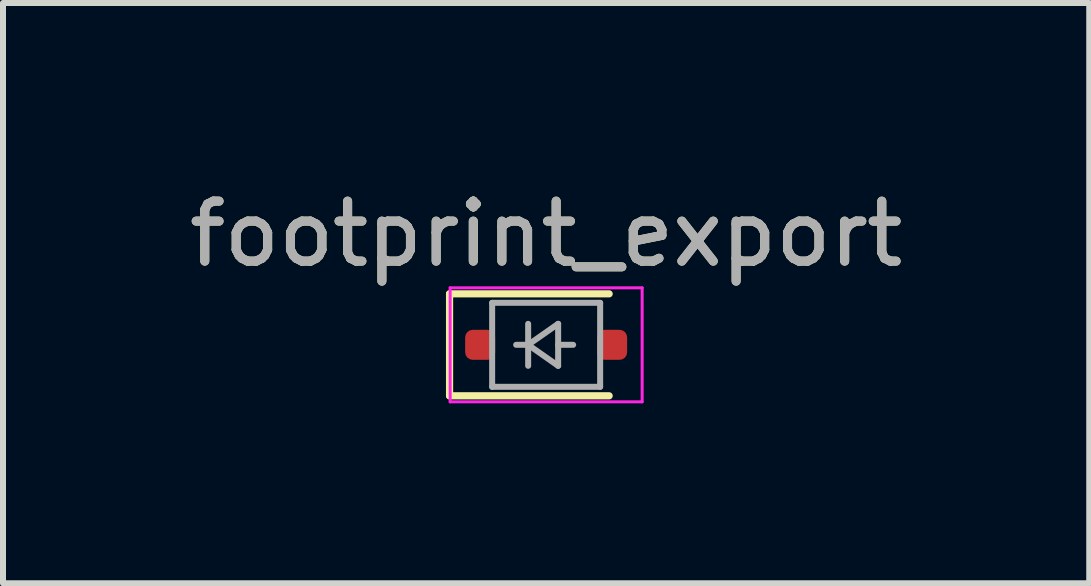
<source format=kicad_pcb>
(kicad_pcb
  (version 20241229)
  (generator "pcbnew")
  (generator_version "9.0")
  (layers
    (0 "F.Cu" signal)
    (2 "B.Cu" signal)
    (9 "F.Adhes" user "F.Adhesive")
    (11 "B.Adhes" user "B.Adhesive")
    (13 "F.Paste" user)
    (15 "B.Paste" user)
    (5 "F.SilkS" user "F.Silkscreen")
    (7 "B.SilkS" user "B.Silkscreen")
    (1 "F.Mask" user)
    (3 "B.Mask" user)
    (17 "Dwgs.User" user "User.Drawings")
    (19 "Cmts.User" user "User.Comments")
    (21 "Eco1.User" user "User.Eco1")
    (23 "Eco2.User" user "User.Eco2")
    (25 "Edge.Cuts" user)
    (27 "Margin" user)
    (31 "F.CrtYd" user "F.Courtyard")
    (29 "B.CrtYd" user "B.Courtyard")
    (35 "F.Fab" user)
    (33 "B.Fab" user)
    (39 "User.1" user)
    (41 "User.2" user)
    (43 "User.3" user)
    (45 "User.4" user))
  (footprint "footprint_export"
    (layer "F.Cu")
    (at 6.054 2.698)
    (property "Reference" "footprint_export" (at 0 -1.85 0) (layer "F.SilkS") (effects (font (size 1 1) (thickness 0.15))))
    (attr smd)
    (fp_line (start -1.61 -0.85) (end -1.61 0.85) (stroke (width 0.12) (type solid)) (layer "F.SilkS"))
    (fp_line (start -1.61 -0.85) (end 1.05 -0.85) (stroke (width 0.12) (type solid)) (layer "F.SilkS"))
    (fp_line (start -1.61 0.85) (end 1.05 0.85) (stroke (width 0.12) (type solid)) (layer "F.SilkS"))
    (fp_line (start -1.6 -0.95) (end -1.6 0.95) (stroke (width 0.05) (type solid)) (layer "F.CrtYd"))
    (fp_line (start -1.6 -0.95) (end 1.6 -0.95) (stroke (width 0.05) (type solid)) (layer "F.CrtYd"))
    (fp_line (start -1.6 0.95) (end 1.6 0.95) (stroke (width 0.05) (type solid)) (layer "F.CrtYd"))
    (fp_line (start 1.6 -0.95) (end 1.6 0.95) (stroke (width 0.05) (type solid)) (layer "F.CrtYd"))
    (fp_line (start -0.9 -0.7) (end 0.9 -0.7) (stroke (width 0.1) (type solid)) (layer "F.Fab"))
    (fp_line (start -0.9 0.7) (end -0.9 -0.7) (stroke (width 0.1) (type solid)) (layer "F.Fab"))
    (fp_line (start -0.3 -0.35) (end -0.3 0.35) (stroke (width 0.1) (type solid)) (layer "F.Fab"))
    (fp_line (start -0.3 0) (end -0.5 0) (stroke (width 0.1) (type solid)) (layer "F.Fab"))
    (fp_line (start -0.3 0) (end 0.2 -0.35) (stroke (width 0.1) (type solid)) (layer "F.Fab"))
    (fp_line (start 0.2 -0.35) (end 0.2 0.35) (stroke (width 0.1) (type solid)) (layer "F.Fab"))
    (fp_line (start 0.2 0) (end 0.45 0) (stroke (width 0.1) (type solid)) (layer "F.Fab"))
    (fp_line (start 0.2 0.35) (end -0.3 0) (stroke (width 0.1) (type solid)) (layer "F.Fab"))
    (fp_line (start 0.9 -0.7) (end 0.9 0.7) (stroke (width 0.1) (type solid)) (layer "F.Fab"))
    (fp_line (start 0.9 0.7) (end -0.9 0.7) (stroke (width 0.1) (type solid)) (layer "F.Fab"))
    (fp_text user "${REFERENCE}" (at 0 -1.85 0) (layer "F.Fab") (effects (font (size 1 1) (thickness 0.15))))
    (pad "1" smd roundrect (at -1.1 0) (size 0.5 0.5) (layers "F.Cu" "F.Mask" "F.Paste") (roundrect_rratio 0.25))
    (pad "2" smd roundrect (at 1.1 0) (size 0.5 0.5) (layers "F.Cu" "F.Mask" "F.Paste") (roundrect_rratio 0.25)))
  (gr_rect
    (start -3 -3)
    (end 15.107 6.673)
    (stroke (width 0.1) (type default))
    (fill no)
    (layer "Edge.Cuts")))
</source>
